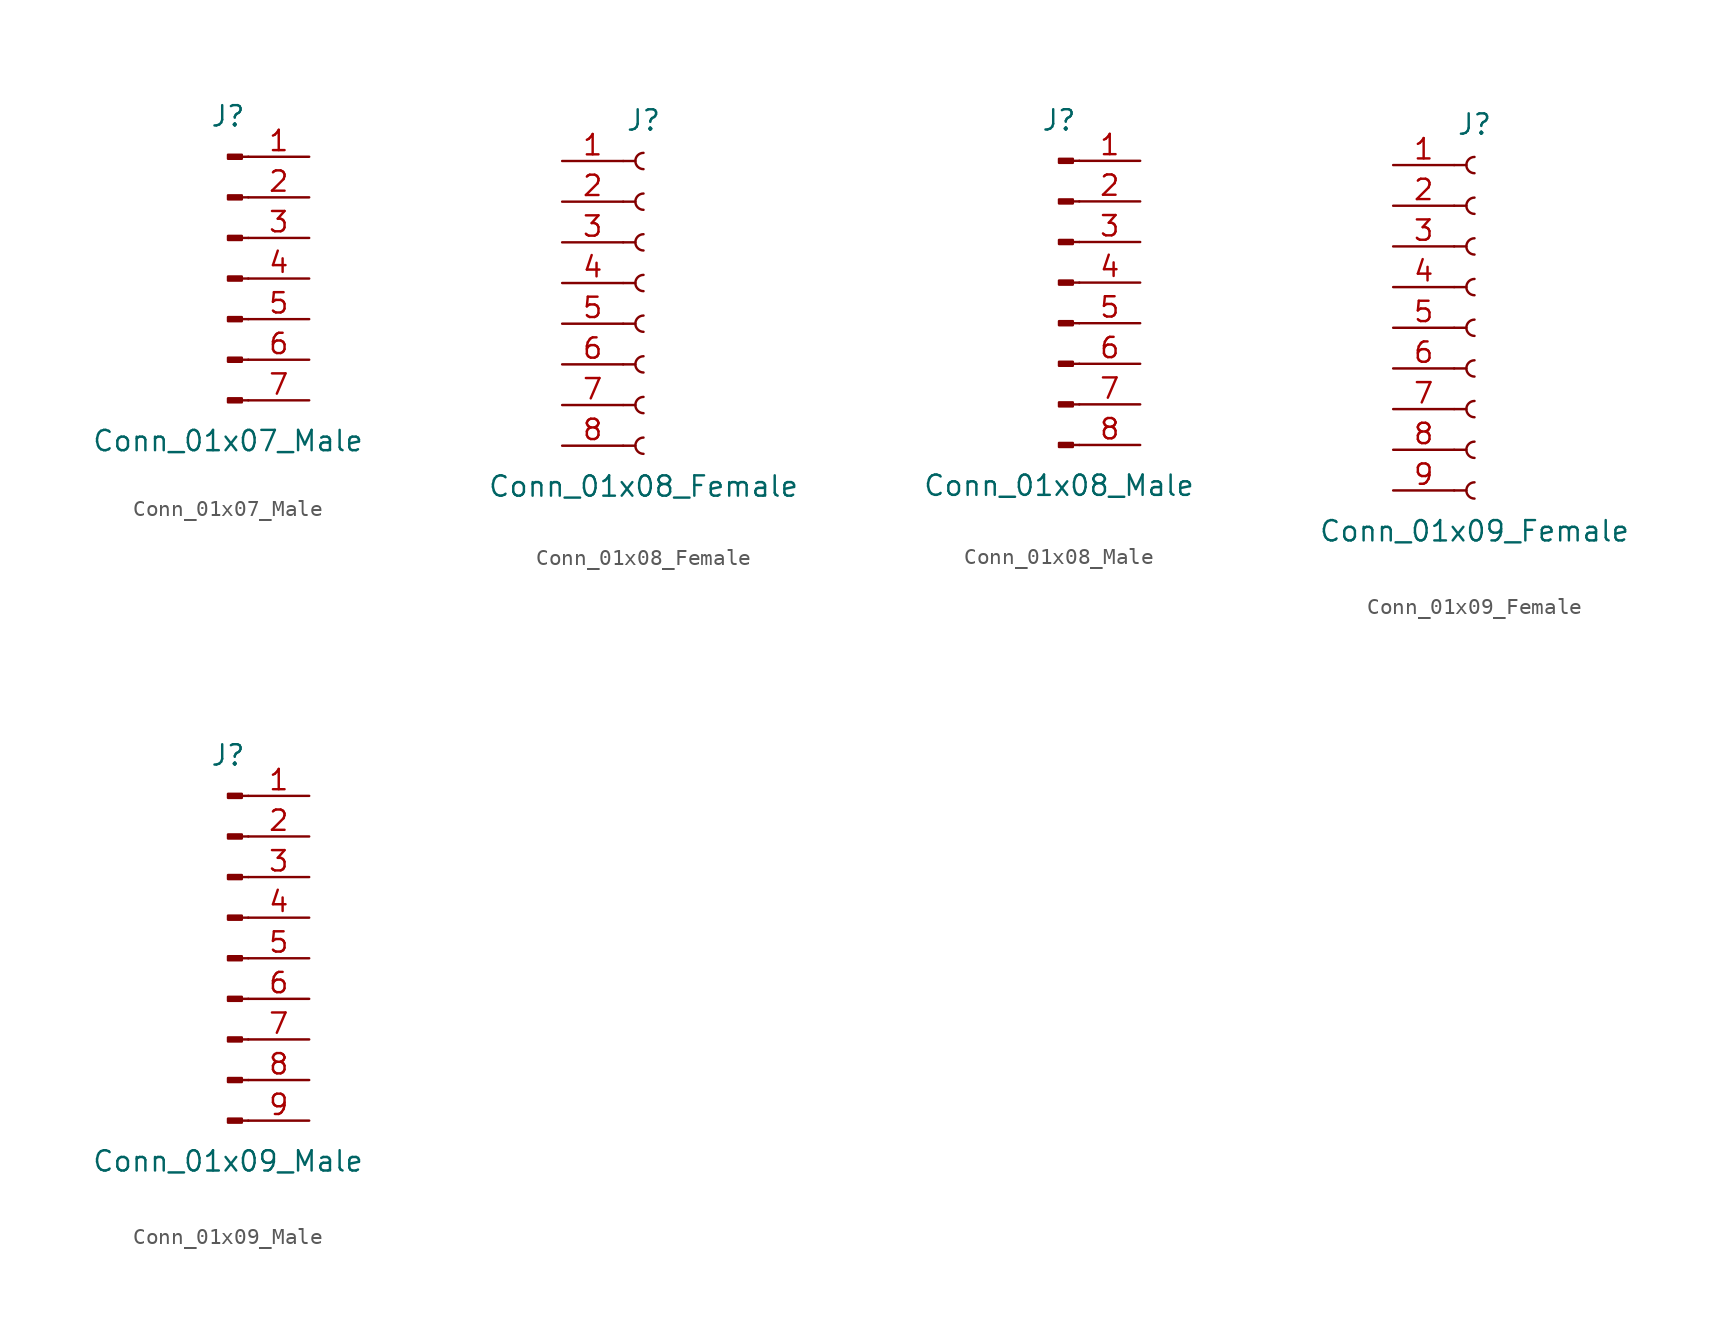
<source format=kicad_sym>
(kicad_symbol_lib
  (version 20220914)
  (generator kicad_symbol_editor)
  (symbol "Conn_01x07_Male"
    (pin_names
      (offset 1.016) hide)
    (property "Reference" "J"
      (at 0 10.16 0)
      (effects (font (size 1.27 1.27))))
    (property "Value" "Conn_01x07_Male"
      (at 0 -10.16 0)
      (effects (font (size 1.27 1.27))))
    (symbol "Conn_01x07_Male_1_1"
      (polyline (pts (xy 1.27 -7.62) (xy 0.864 -7.62)) (stroke (width 0.152) (type solid)) (fill (type none)))
      (polyline (pts (xy 1.27 -5.08) (xy 0.864 -5.08)) (stroke (width 0.152) (type solid)) (fill (type none)))
      (polyline (pts (xy 1.27 -2.54) (xy 0.864 -2.54)) (stroke (width 0.152) (type solid)) (fill (type none)))
      (polyline (pts (xy 1.27 0) (xy 0.864 0)) (stroke (width 0.152) (type solid)) (fill (type none)))
      (polyline (pts (xy 1.27 2.54) (xy 0.864 2.54)) (stroke (width 0.152) (type solid)) (fill (type none)))
      (polyline (pts (xy 1.27 5.08) (xy 0.864 5.08)) (stroke (width 0.152) (type solid)) (fill (type none)))
      (polyline (pts (xy 1.27 7.62) (xy 0.864 7.62)) (stroke (width 0.152) (type solid)) (fill (type none)))
      (rectangle (start 0.864 -7.493) (end 0 -7.747) (stroke (width 0.152) (type solid)) (fill (type outline)))
      (rectangle (start 0.864 -4.953) (end 0 -5.207) (stroke (width 0.152) (type solid)) (fill (type outline)))
      (rectangle (start 0.864 -2.413) (end 0 -2.667) (stroke (width 0.152) (type solid)) (fill (type outline)))
      (rectangle (start 0.864 0.127) (end 0 -0.127) (stroke (width 0.152) (type solid)) (fill (type outline)))
      (rectangle (start 0.864 2.667) (end 0 2.413) (stroke (width 0.152) (type solid)) (fill (type outline)))
      (rectangle (start 0.864 5.207) (end 0 4.953) (stroke (width 0.152) (type solid)) (fill (type outline)))
      (rectangle (start 0.864 7.747) (end 0 7.493) (stroke (width 0.152) (type solid)) (fill (type outline)))
      (pin passive line (at 5.08 7.62 180) (length 3.81) (name "Pin_1" (effects (font (size 1.27 1.27)))) (number "1" (effects (font (size 1.27 1.27)))))
      (pin passive line (at 5.08 5.08 180) (length 3.81) (name "Pin_2" (effects (font (size 1.27 1.27)))) (number "2" (effects (font (size 1.27 1.27)))))
      (pin passive line (at 5.08 2.54 180) (length 3.81) (name "Pin_3" (effects (font (size 1.27 1.27)))) (number "3" (effects (font (size 1.27 1.27)))))
      (pin passive line (at 5.08 0 180) (length 3.81) (name "Pin_4" (effects (font (size 1.27 1.27)))) (number "4" (effects (font (size 1.27 1.27)))))
      (pin passive line (at 5.08 -2.54 180) (length 3.81) (name "Pin_5" (effects (font (size 1.27 1.27)))) (number "5" (effects (font (size 1.27 1.27)))))
      (pin passive line (at 5.08 -5.08 180) (length 3.81) (name "Pin_6" (effects (font (size 1.27 1.27)))) (number "6" (effects (font (size 1.27 1.27)))))
      (pin passive line (at 5.08 -7.62 180) (length 3.81) (name "Pin_7" (effects (font (size 1.27 1.27)))) (number "7" (effects (font (size 1.27 1.27)))))))
  (symbol "Conn_01x08_Female"
    (pin_names
      (offset 1.016) hide)
    (property "Reference" "J"
      (at 0 10.16 0)
      (effects (font (size 1.27 1.27))))
    (property "Value" "Conn_01x08_Female"
      (at 0 -12.7 0)
      (effects (font (size 1.27 1.27))))
    (symbol "Conn_01x08_Female_1_1"
      (arc (start 0 -9.652) (mid -0.5058 -10.16) (end 0 -10.668) (stroke (width 0.1524) (type solid)) (fill (type none)))
      (arc (start 0 -7.112) (mid -0.5058 -7.62) (end 0 -8.128) (stroke (width 0.1524) (type solid)) (fill (type none)))
      (arc (start 0 -4.572) (mid -0.5058 -5.08) (end 0 -5.588) (stroke (width 0.1524) (type solid)) (fill (type none)))
      (arc (start 0 -2.032) (mid -0.5058 -2.54) (end 0 -3.048) (stroke (width 0.1524) (type solid)) (fill (type none)))
      (polyline (pts (xy -1.27 -10.16) (xy -0.508 -10.16)) (stroke (width 0.152) (type solid)) (fill (type none)))
      (polyline (pts (xy -1.27 -7.62) (xy -0.508 -7.62)) (stroke (width 0.152) (type solid)) (fill (type none)))
      (polyline (pts (xy -1.27 -5.08) (xy -0.508 -5.08)) (stroke (width 0.152) (type solid)) (fill (type none)))
      (polyline (pts (xy -1.27 -2.54) (xy -0.508 -2.54)) (stroke (width 0.152) (type solid)) (fill (type none)))
      (polyline (pts (xy -1.27 0) (xy -0.508 0)) (stroke (width 0.152) (type solid)) (fill (type none)))
      (polyline (pts (xy -1.27 2.54) (xy -0.508 2.54)) (stroke (width 0.152) (type solid)) (fill (type none)))
      (polyline (pts (xy -1.27 5.08) (xy -0.508 5.08)) (stroke (width 0.152) (type solid)) (fill (type none)))
      (polyline (pts (xy -1.27 7.62) (xy -0.508 7.62)) (stroke (width 0.152) (type solid)) (fill (type none)))
      (arc (start 0 0.508) (mid -0.5058 0) (end 0 -0.508) (stroke (width 0.1524) (type solid)) (fill (type none)))
      (arc (start 0 3.048) (mid -0.5058 2.54) (end 0 2.032) (stroke (width 0.1524) (type solid)) (fill (type none)))
      (arc (start 0 5.588) (mid -0.5058 5.08) (end 0 4.572) (stroke (width 0.1524) (type solid)) (fill (type none)))
      (arc (start 0 8.128) (mid -0.5058 7.62) (end 0 7.112) (stroke (width 0.1524) (type solid)) (fill (type none)))
      (pin passive line (at -5.08 7.62 0) (length 3.81) (name "Pin_1" (effects (font (size 1.27 1.27)))) (number "1" (effects (font (size 1.27 1.27)))))
      (pin passive line (at -5.08 5.08 0) (length 3.81) (name "Pin_2" (effects (font (size 1.27 1.27)))) (number "2" (effects (font (size 1.27 1.27)))))
      (pin passive line (at -5.08 2.54 0) (length 3.81) (name "Pin_3" (effects (font (size 1.27 1.27)))) (number "3" (effects (font (size 1.27 1.27)))))
      (pin passive line (at -5.08 0 0) (length 3.81) (name "Pin_4" (effects (font (size 1.27 1.27)))) (number "4" (effects (font (size 1.27 1.27)))))
      (pin passive line (at -5.08 -2.54 0) (length 3.81) (name "Pin_5" (effects (font (size 1.27 1.27)))) (number "5" (effects (font (size 1.27 1.27)))))
      (pin passive line (at -5.08 -5.08 0) (length 3.81) (name "Pin_6" (effects (font (size 1.27 1.27)))) (number "6" (effects (font (size 1.27 1.27)))))
      (pin passive line (at -5.08 -7.62 0) (length 3.81) (name "Pin_7" (effects (font (size 1.27 1.27)))) (number "7" (effects (font (size 1.27 1.27)))))
      (pin passive line (at -5.08 -10.16 0) (length 3.81) (name "Pin_8" (effects (font (size 1.27 1.27)))) (number "8" (effects (font (size 1.27 1.27)))))))
  (symbol "Conn_01x08_Male"
    (pin_names
      (offset 1.016) hide)
    (property "Reference" "J"
      (at 0 10.16 0)
      (effects (font (size 1.27 1.27))))
    (property "Value" "Conn_01x08_Male"
      (at 0 -12.7 0)
      (effects (font (size 1.27 1.27))))
    (symbol "Conn_01x08_Male_1_1"
      (polyline (pts (xy 1.27 -10.16) (xy 0.864 -10.16)) (stroke (width 0.152) (type solid)) (fill (type none)))
      (polyline (pts (xy 1.27 -7.62) (xy 0.864 -7.62)) (stroke (width 0.152) (type solid)) (fill (type none)))
      (polyline (pts (xy 1.27 -5.08) (xy 0.864 -5.08)) (stroke (width 0.152) (type solid)) (fill (type none)))
      (polyline (pts (xy 1.27 -2.54) (xy 0.864 -2.54)) (stroke (width 0.152) (type solid)) (fill (type none)))
      (polyline (pts (xy 1.27 0) (xy 0.864 0)) (stroke (width 0.152) (type solid)) (fill (type none)))
      (polyline (pts (xy 1.27 2.54) (xy 0.864 2.54)) (stroke (width 0.152) (type solid)) (fill (type none)))
      (polyline (pts (xy 1.27 5.08) (xy 0.864 5.08)) (stroke (width 0.152) (type solid)) (fill (type none)))
      (polyline (pts (xy 1.27 7.62) (xy 0.864 7.62)) (stroke (width 0.152) (type solid)) (fill (type none)))
      (rectangle (start 0.864 -10.033) (end 0 -10.287) (stroke (width 0.152) (type solid)) (fill (type outline)))
      (rectangle (start 0.864 -7.493) (end 0 -7.747) (stroke (width 0.152) (type solid)) (fill (type outline)))
      (rectangle (start 0.864 -4.953) (end 0 -5.207) (stroke (width 0.152) (type solid)) (fill (type outline)))
      (rectangle (start 0.864 -2.413) (end 0 -2.667) (stroke (width 0.152) (type solid)) (fill (type outline)))
      (rectangle (start 0.864 0.127) (end 0 -0.127) (stroke (width 0.152) (type solid)) (fill (type outline)))
      (rectangle (start 0.864 2.667) (end 0 2.413) (stroke (width 0.152) (type solid)) (fill (type outline)))
      (rectangle (start 0.864 5.207) (end 0 4.953) (stroke (width 0.152) (type solid)) (fill (type outline)))
      (rectangle (start 0.864 7.747) (end 0 7.493) (stroke (width 0.152) (type solid)) (fill (type outline)))
      (pin passive line (at 5.08 7.62 180) (length 3.81) (name "Pin_1" (effects (font (size 1.27 1.27)))) (number "1" (effects (font (size 1.27 1.27)))))
      (pin passive line (at 5.08 5.08 180) (length 3.81) (name "Pin_2" (effects (font (size 1.27 1.27)))) (number "2" (effects (font (size 1.27 1.27)))))
      (pin passive line (at 5.08 2.54 180) (length 3.81) (name "Pin_3" (effects (font (size 1.27 1.27)))) (number "3" (effects (font (size 1.27 1.27)))))
      (pin passive line (at 5.08 0 180) (length 3.81) (name "Pin_4" (effects (font (size 1.27 1.27)))) (number "4" (effects (font (size 1.27 1.27)))))
      (pin passive line (at 5.08 -2.54 180) (length 3.81) (name "Pin_5" (effects (font (size 1.27 1.27)))) (number "5" (effects (font (size 1.27 1.27)))))
      (pin passive line (at 5.08 -5.08 180) (length 3.81) (name "Pin_6" (effects (font (size 1.27 1.27)))) (number "6" (effects (font (size 1.27 1.27)))))
      (pin passive line (at 5.08 -7.62 180) (length 3.81) (name "Pin_7" (effects (font (size 1.27 1.27)))) (number "7" (effects (font (size 1.27 1.27)))))
      (pin passive line (at 5.08 -10.16 180) (length 3.81) (name "Pin_8" (effects (font (size 1.27 1.27)))) (number "8" (effects (font (size 1.27 1.27)))))))
  (symbol "Conn_01x09_Female"
    (pin_names
      (offset 1.016) hide)
    (property "Reference" "J"
      (at 0 12.7 0)
      (effects (font (size 1.27 1.27))))
    (property "Value" "Conn_01x09_Female"
      (at 0 -12.7 0)
      (effects (font (size 1.27 1.27))))
    (symbol "Conn_01x09_Female_1_1"
      (arc (start 0 -9.652) (mid -0.5058 -10.16) (end 0 -10.668) (stroke (width 0.1524) (type solid)) (fill (type none)))
      (arc (start 0 -7.112) (mid -0.5058 -7.62) (end 0 -8.128) (stroke (width 0.1524) (type solid)) (fill (type none)))
      (arc (start 0 -4.572) (mid -0.5058 -5.08) (end 0 -5.588) (stroke (width 0.1524) (type solid)) (fill (type none)))
      (arc (start 0 -2.032) (mid -0.5058 -2.54) (end 0 -3.048) (stroke (width 0.1524) (type solid)) (fill (type none)))
      (polyline (pts (xy -1.27 -10.16) (xy -0.508 -10.16)) (stroke (width 0.152) (type solid)) (fill (type none)))
      (polyline (pts (xy -1.27 -7.62) (xy -0.508 -7.62)) (stroke (width 0.152) (type solid)) (fill (type none)))
      (polyline (pts (xy -1.27 -5.08) (xy -0.508 -5.08)) (stroke (width 0.152) (type solid)) (fill (type none)))
      (polyline (pts (xy -1.27 -2.54) (xy -0.508 -2.54)) (stroke (width 0.152) (type solid)) (fill (type none)))
      (polyline (pts (xy -1.27 0) (xy -0.508 0)) (stroke (width 0.152) (type solid)) (fill (type none)))
      (polyline (pts (xy -1.27 2.54) (xy -0.508 2.54)) (stroke (width 0.152) (type solid)) (fill (type none)))
      (polyline (pts (xy -1.27 5.08) (xy -0.508 5.08)) (stroke (width 0.152) (type solid)) (fill (type none)))
      (polyline (pts (xy -1.27 7.62) (xy -0.508 7.62)) (stroke (width 0.152) (type solid)) (fill (type none)))
      (polyline (pts (xy -1.27 10.16) (xy -0.508 10.16)) (stroke (width 0.152) (type solid)) (fill (type none)))
      (arc (start 0 0.508) (mid -0.5058 0) (end 0 -0.508) (stroke (width 0.1524) (type solid)) (fill (type none)))
      (arc (start 0 3.048) (mid -0.5058 2.54) (end 0 2.032) (stroke (width 0.1524) (type solid)) (fill (type none)))
      (arc (start 0 5.588) (mid -0.5058 5.08) (end 0 4.572) (stroke (width 0.1524) (type solid)) (fill (type none)))
      (arc (start 0 8.128) (mid -0.5058 7.62) (end 0 7.112) (stroke (width 0.1524) (type solid)) (fill (type none)))
      (arc (start 0 10.668) (mid -0.5058 10.16) (end 0 9.652) (stroke (width 0.1524) (type solid)) (fill (type none)))
      (pin passive line (at -5.08 10.16 0) (length 3.81) (name "Pin_1" (effects (font (size 1.27 1.27)))) (number "1" (effects (font (size 1.27 1.27)))))
      (pin passive line (at -5.08 7.62 0) (length 3.81) (name "Pin_2" (effects (font (size 1.27 1.27)))) (number "2" (effects (font (size 1.27 1.27)))))
      (pin passive line (at -5.08 5.08 0) (length 3.81) (name "Pin_3" (effects (font (size 1.27 1.27)))) (number "3" (effects (font (size 1.27 1.27)))))
      (pin passive line (at -5.08 2.54 0) (length 3.81) (name "Pin_4" (effects (font (size 1.27 1.27)))) (number "4" (effects (font (size 1.27 1.27)))))
      (pin passive line (at -5.08 0 0) (length 3.81) (name "Pin_5" (effects (font (size 1.27 1.27)))) (number "5" (effects (font (size 1.27 1.27)))))
      (pin passive line (at -5.08 -2.54 0) (length 3.81) (name "Pin_6" (effects (font (size 1.27 1.27)))) (number "6" (effects (font (size 1.27 1.27)))))
      (pin passive line (at -5.08 -5.08 0) (length 3.81) (name "Pin_7" (effects (font (size 1.27 1.27)))) (number "7" (effects (font (size 1.27 1.27)))))
      (pin passive line (at -5.08 -7.62 0) (length 3.81) (name "Pin_8" (effects (font (size 1.27 1.27)))) (number "8" (effects (font (size 1.27 1.27)))))
      (pin passive line (at -5.08 -10.16 0) (length 3.81) (name "Pin_9" (effects (font (size 1.27 1.27)))) (number "9" (effects (font (size 1.27 1.27)))))))
  (symbol "Conn_01x09_Male"
    (pin_names
      (offset 1.016) hide)
    (property "Reference" "J"
      (at 0 12.7 0)
      (effects (font (size 1.27 1.27))))
    (property "Value" "Conn_01x09_Male"
      (at 0 -12.7 0)
      (effects (font (size 1.27 1.27))))
    (symbol "Conn_01x09_Male_1_1"
      (polyline (pts (xy 1.27 -10.16) (xy 0.864 -10.16)) (stroke (width 0.152) (type solid)) (fill (type none)))
      (polyline (pts (xy 1.27 -7.62) (xy 0.864 -7.62)) (stroke (width 0.152) (type solid)) (fill (type none)))
      (polyline (pts (xy 1.27 -5.08) (xy 0.864 -5.08)) (stroke (width 0.152) (type solid)) (fill (type none)))
      (polyline (pts (xy 1.27 -2.54) (xy 0.864 -2.54)) (stroke (width 0.152) (type solid)) (fill (type none)))
      (polyline (pts (xy 1.27 0) (xy 0.864 0)) (stroke (width 0.152) (type solid)) (fill (type none)))
      (polyline (pts (xy 1.27 2.54) (xy 0.864 2.54)) (stroke (width 0.152) (type solid)) (fill (type none)))
      (polyline (pts (xy 1.27 5.08) (xy 0.864 5.08)) (stroke (width 0.152) (type solid)) (fill (type none)))
      (polyline (pts (xy 1.27 7.62) (xy 0.864 7.62)) (stroke (width 0.152) (type solid)) (fill (type none)))
      (polyline (pts (xy 1.27 10.16) (xy 0.864 10.16)) (stroke (width 0.152) (type solid)) (fill (type none)))
      (rectangle (start 0.864 -10.033) (end 0 -10.287) (stroke (width 0.152) (type solid)) (fill (type outline)))
      (rectangle (start 0.864 -7.493) (end 0 -7.747) (stroke (width 0.152) (type solid)) (fill (type outline)))
      (rectangle (start 0.864 -4.953) (end 0 -5.207) (stroke (width 0.152) (type solid)) (fill (type outline)))
      (rectangle (start 0.864 -2.413) (end 0 -2.667) (stroke (width 0.152) (type solid)) (fill (type outline)))
      (rectangle (start 0.864 0.127) (end 0 -0.127) (stroke (width 0.152) (type solid)) (fill (type outline)))
      (rectangle (start 0.864 2.667) (end 0 2.413) (stroke (width 0.152) (type solid)) (fill (type outline)))
      (rectangle (start 0.864 5.207) (end 0 4.953) (stroke (width 0.152) (type solid)) (fill (type outline)))
      (rectangle (start 0.864 7.747) (end 0 7.493) (stroke (width 0.152) (type solid)) (fill (type outline)))
      (rectangle (start 0.864 10.287) (end 0 10.033) (stroke (width 0.152) (type solid)) (fill (type outline)))
      (pin passive line (at 5.08 10.16 180) (length 3.81) (name "Pin_1" (effects (font (size 1.27 1.27)))) (number "1" (effects (font (size 1.27 1.27)))))
      (pin passive line (at 5.08 7.62 180) (length 3.81) (name "Pin_2" (effects (font (size 1.27 1.27)))) (number "2" (effects (font (size 1.27 1.27)))))
      (pin passive line (at 5.08 5.08 180) (length 3.81) (name "Pin_3" (effects (font (size 1.27 1.27)))) (number "3" (effects (font (size 1.27 1.27)))))
      (pin passive line (at 5.08 2.54 180) (length 3.81) (name "Pin_4" (effects (font (size 1.27 1.27)))) (number "4" (effects (font (size 1.27 1.27)))))
      (pin passive line (at 5.08 0 180) (length 3.81) (name "Pin_5" (effects (font (size 1.27 1.27)))) (number "5" (effects (font (size 1.27 1.27)))))
      (pin passive line (at 5.08 -2.54 180) (length 3.81) (name "Pin_6" (effects (font (size 1.27 1.27)))) (number "6" (effects (font (size 1.27 1.27)))))
      (pin passive line (at 5.08 -5.08 180) (length 3.81) (name "Pin_7" (effects (font (size 1.27 1.27)))) (number "7" (effects (font (size 1.27 1.27)))))
      (pin passive line (at 5.08 -7.62 180) (length 3.81) (name "Pin_8" (effects (font (size 1.27 1.27)))) (number "8" (effects (font (size 1.27 1.27)))))
      (pin passive line (at 5.08 -10.16 180) (length 3.81) (name "Pin_9" (effects (font (size 1.27 1.27)))) (number "9" (effects (font (size 1.27 1.27))))))))
</source>
